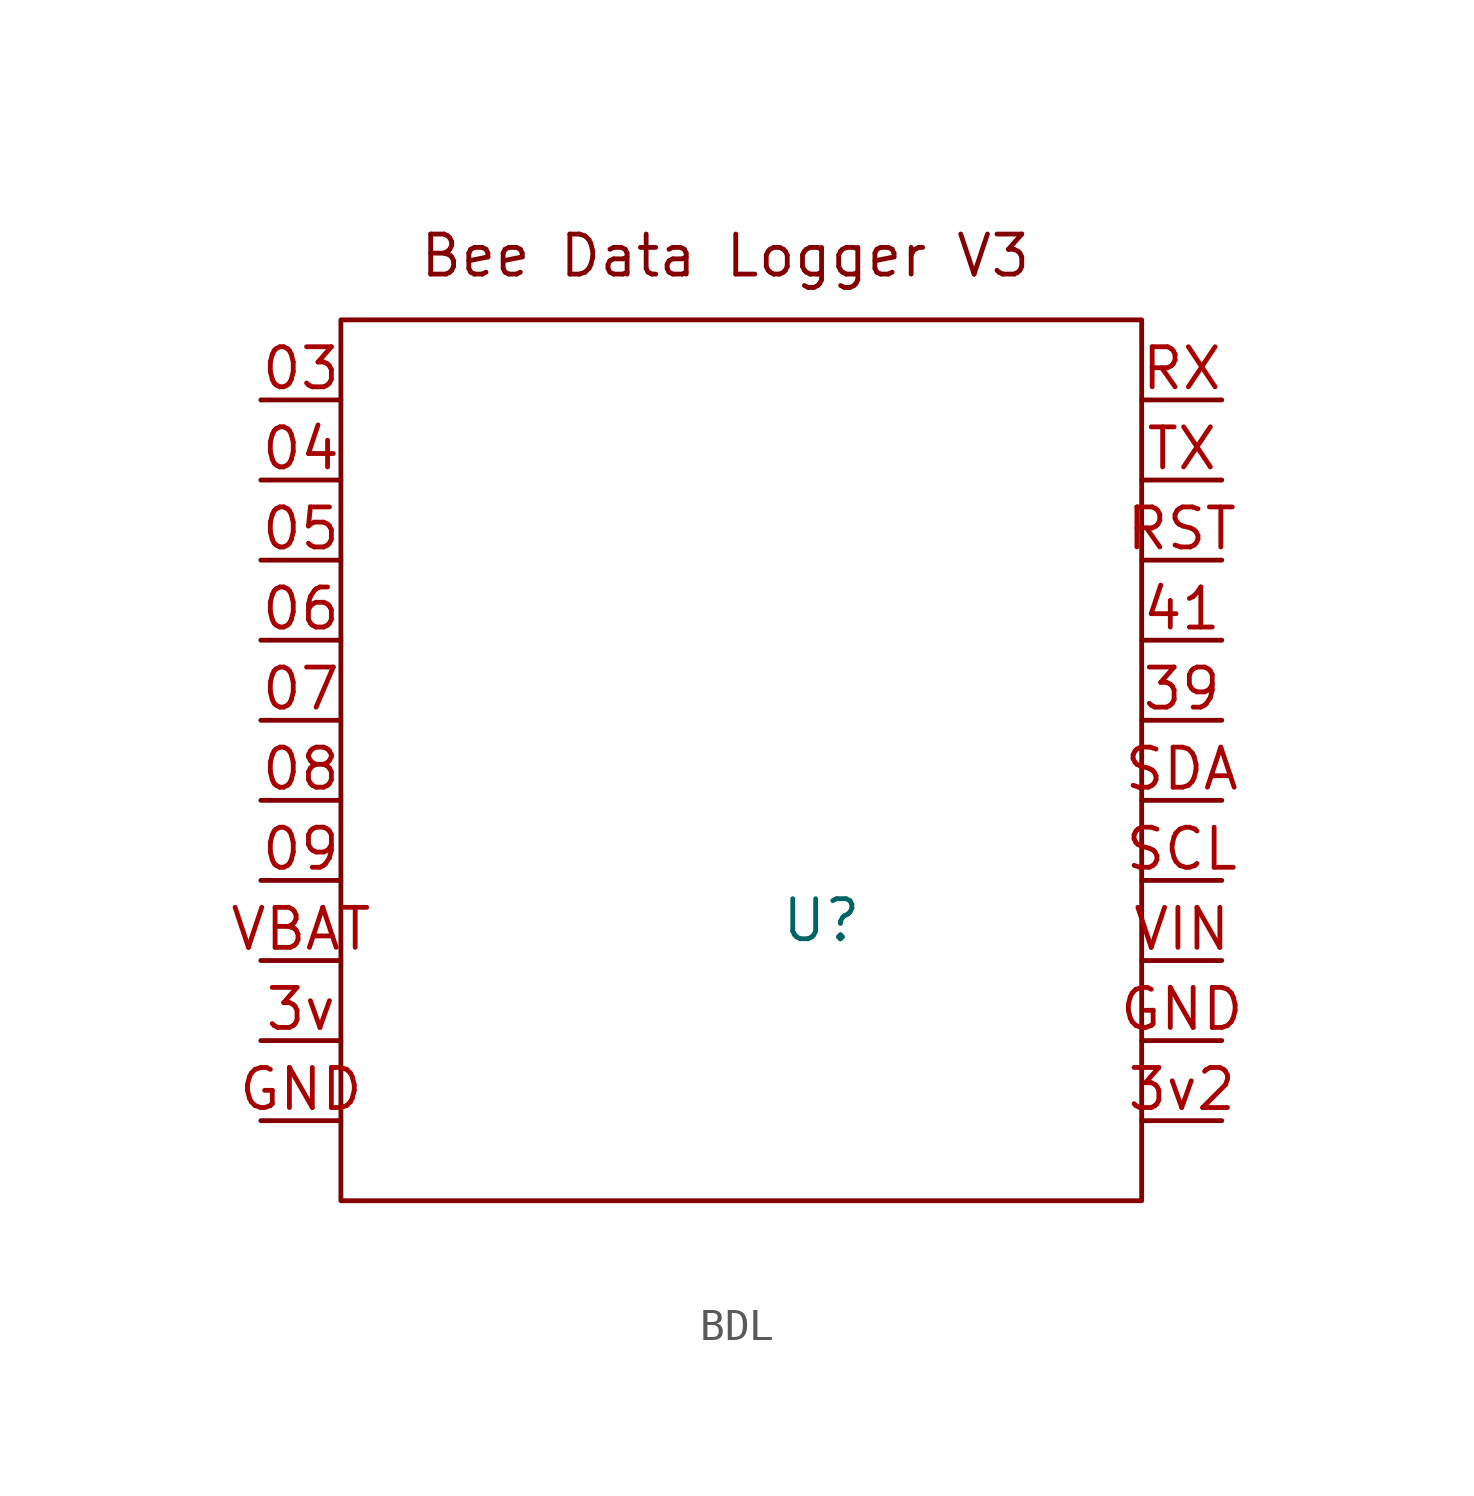
<source format=kicad_sym>
(kicad_symbol_lib
  (version 20231120)
  (generator "kicad_symbol_editor")
  (generator_version "8.0")
  (symbol "BDL"
    (property "Reference" "U"
      (at 0 0 0)
      (effects (font (size 1.27 1.27))))
    (property "Value" ""
      (at -5.08 0 0)
      (effects (font (size 1.27 1.27))))
    (symbol "BDL_0_1"
      (rectangle (start -15.24 19.05) (end 10.16 -8.89) (stroke (width 0) (type default)) (fill (type none))))
    (symbol "BDL_1_1"
      (text "Bee Data Logger V3" (at -3.048 21.082 0) (effects (font (size 1.27 1.27))))
      (pin bidirectional line (at -17.78 16.51 0) (length 2.54) (name "" (effects (font (size 1.27 1.27)))) (number "03" (effects (font (size 1.27 1.27)))))
      (pin bidirectional line (at -17.78 13.97 0) (length 2.54) (name "" (effects (font (size 1.27 1.27)))) (number "04" (effects (font (size 1.27 1.27)))))
      (pin bidirectional line (at -17.78 11.43 0) (length 2.54) (name "" (effects (font (size 1.27 1.27)))) (number "05" (effects (font (size 1.27 1.27)))))
      (pin bidirectional line (at -17.78 8.89 0) (length 2.54) (name "" (effects (font (size 1.27 1.27)))) (number "06" (effects (font (size 1.27 1.27)))))
      (pin bidirectional line (at -17.78 6.35 0) (length 2.54) (name "" (effects (font (size 1.27 1.27)))) (number "07" (effects (font (size 1.27 1.27)))))
      (pin bidirectional line (at -17.78 3.81 0) (length 2.54) (name "" (effects (font (size 1.27 1.27)))) (number "08" (effects (font (size 1.27 1.27)))))
      (pin bidirectional line (at -17.78 1.27 0) (length 2.54) (name "" (effects (font (size 1.27 1.27)))) (number "09" (effects (font (size 1.27 1.27)))))
      (pin bidirectional line (at 12.7 6.35 180) (length 2.54) (name "" (effects (font (size 1.27 1.27)))) (number "39" (effects (font (size 1.27 1.27)))))
      (pin power_out line (at -17.78 -3.81 0) (length 2.54) (name "" (effects (font (size 1.27 1.27)))) (number "3v" (effects (font (size 1.27 1.27)))))
      (pin power_out line (at 12.7 -6.35 180) (length 2.54) (name "" (effects (font (size 1.27 1.27)))) (number "3v2" (effects (font (size 1.27 1.27)))))
      (pin bidirectional line (at 12.7 8.89 180) (length 2.54) (name "" (effects (font (size 1.27 1.27)))) (number "41" (effects (font (size 1.27 1.27)))))
      (pin passive line (at -17.78 -6.35 0) (length 2.54) (name "" (effects (font (size 1.27 1.27)))) (number "GND" (effects (font (size 1.27 1.27)))))
      (pin passive line (at 12.7 -3.81 180) (length 2.54) (name "" (effects (font (size 1.27 1.27)))) (number "GND" (effects (font (size 1.27 1.27)))))
      (pin input line (at 12.7 11.43 180) (length 2.54) (name "" (effects (font (size 1.27 1.27)))) (number "RST" (effects (font (size 1.27 1.27)))))
      (pin bidirectional line (at 12.7 16.51 180) (length 2.54) (name "" (effects (font (size 1.27 1.27)))) (number "RX" (effects (font (size 1.27 1.27)))))
      (pin bidirectional line (at 12.7 1.27 180) (length 2.54) (name "" (effects (font (size 1.27 1.27)))) (number "SCL" (effects (font (size 1.27 1.27)))))
      (pin bidirectional line (at 12.7 3.81 180) (length 2.54) (name "" (effects (font (size 1.27 1.27)))) (number "SDA" (effects (font (size 1.27 1.27)))))
      (pin bidirectional line (at 12.7 13.97 180) (length 2.54) (name "" (effects (font (size 1.27 1.27)))) (number "TX" (effects (font (size 1.27 1.27)))))
      (pin power_in line (at -17.78 -1.27 0) (length 2.54) (name "" (effects (font (size 1.27 1.27)))) (number "VBAT" (effects (font (size 1.27 1.27)))))
      (pin power_in line (at 12.7 -1.27 180) (length 2.54) (name "" (effects (font (size 1.27 1.27)))) (number "VIN" (effects (font (size 1.27 1.27))))))))
</source>
